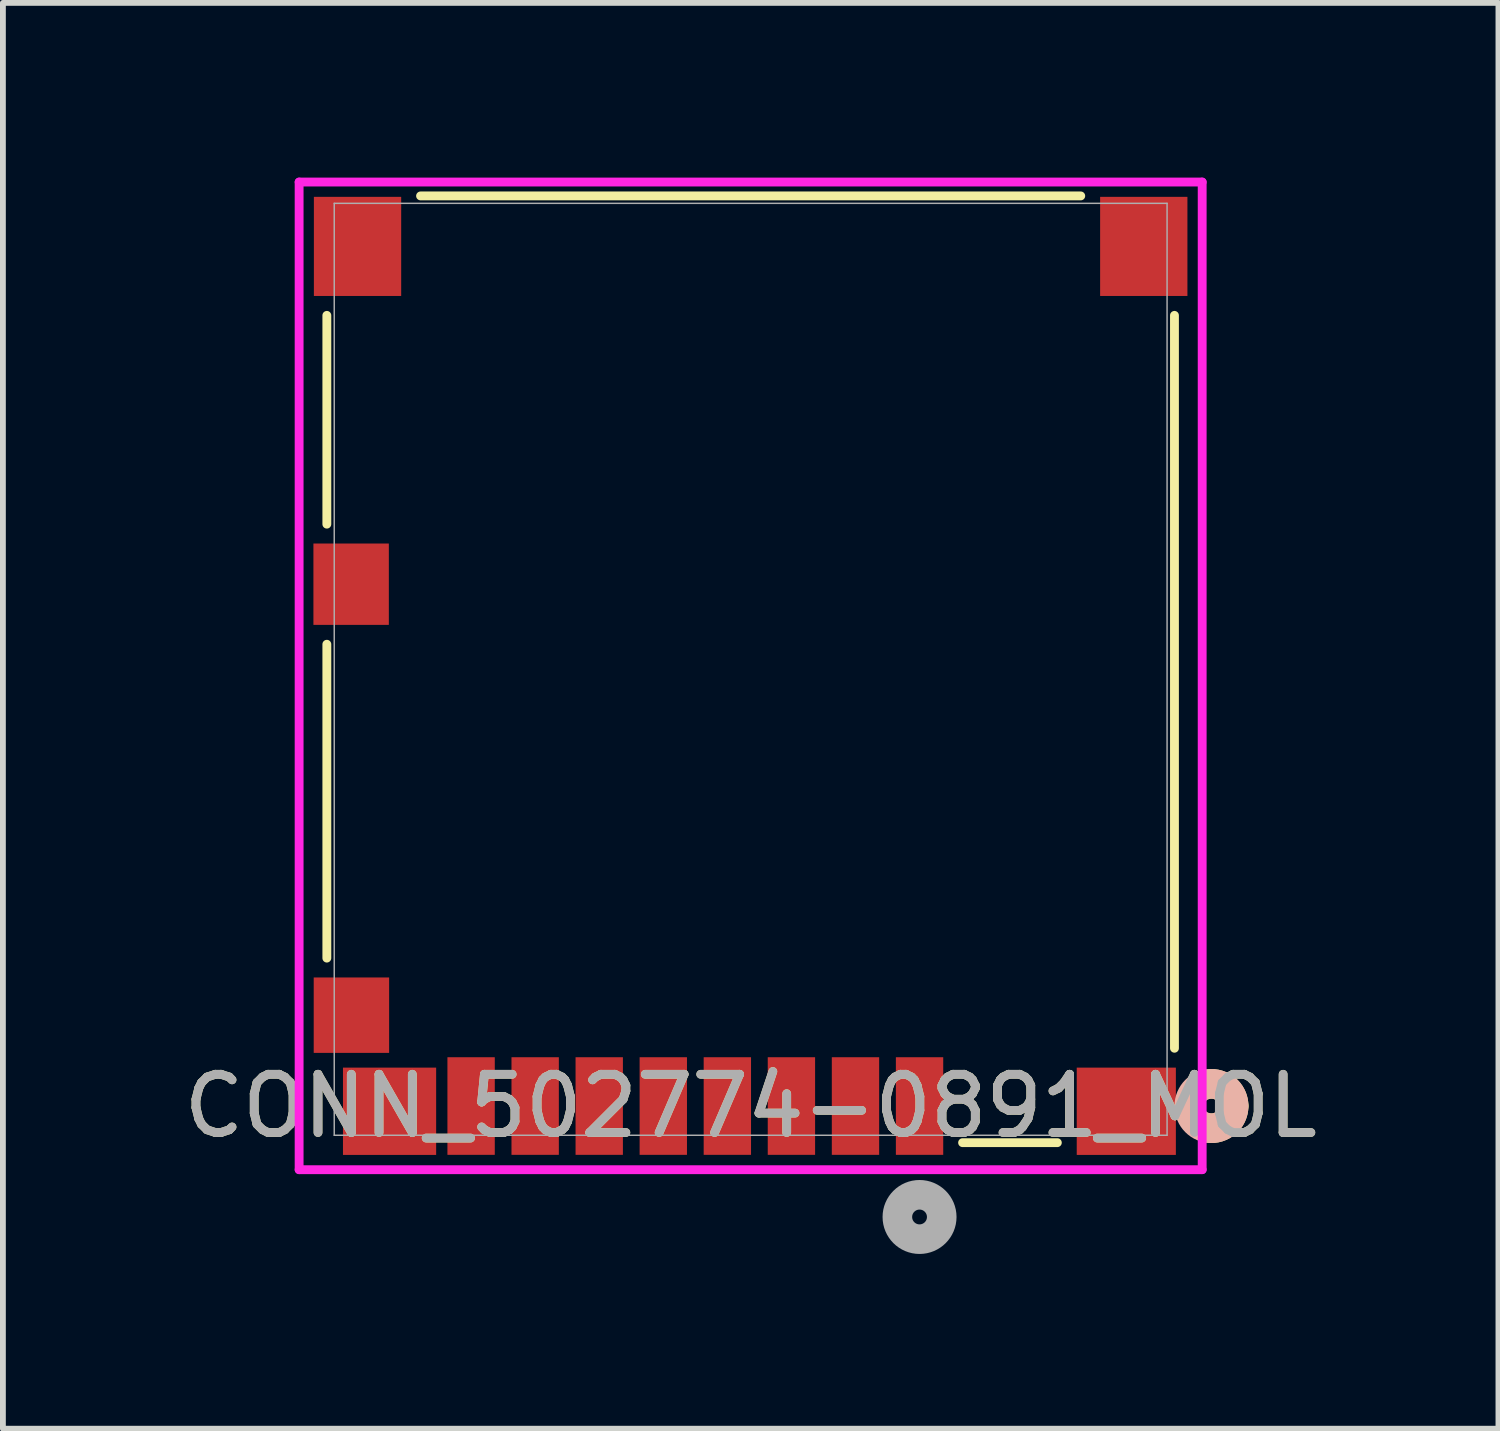
<source format=kicad_pcb>
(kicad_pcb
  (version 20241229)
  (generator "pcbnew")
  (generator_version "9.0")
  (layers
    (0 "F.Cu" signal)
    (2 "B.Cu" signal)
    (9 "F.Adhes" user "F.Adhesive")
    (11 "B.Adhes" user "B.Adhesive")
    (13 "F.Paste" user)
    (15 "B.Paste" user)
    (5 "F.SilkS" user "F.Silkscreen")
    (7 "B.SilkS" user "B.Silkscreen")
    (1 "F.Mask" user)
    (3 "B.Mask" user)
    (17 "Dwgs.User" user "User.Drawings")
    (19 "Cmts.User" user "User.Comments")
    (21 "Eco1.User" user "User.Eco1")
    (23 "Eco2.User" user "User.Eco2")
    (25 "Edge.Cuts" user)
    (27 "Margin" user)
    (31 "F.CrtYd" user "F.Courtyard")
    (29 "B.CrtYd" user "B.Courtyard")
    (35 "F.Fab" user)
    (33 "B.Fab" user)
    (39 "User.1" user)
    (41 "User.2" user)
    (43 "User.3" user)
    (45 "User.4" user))
  (footprint "CONN_502774-0891_MOL"
    (layer "F.Cu")
    (at 9.839 8.442)
    (property "Reference" "CONN_502774-0891_MOL" (at 0 7.499 0) (unlocked yes) (layer "F.SilkS") (effects (font (size 1 1) (thickness 0.15))))
    (attr smd)
    (fp_line (start -7.277 -6.077) (end -7.277 -2.492) (stroke (width 0.152) (type solid)) (layer "F.SilkS"))
    (fp_line (start -7.277 -0.43) (end -7.277 4.959) (stroke (width 0.152) (type solid)) (layer "F.SilkS"))
    (fp_line (start 3.639 8.128) (end 5.266 8.128) (stroke (width 0.152) (type solid)) (layer "F.SilkS"))
    (fp_line (start 5.668 -8.128) (end -5.668 -8.128) (stroke (width 0.152) (type solid)) (layer "F.SilkS"))
    (fp_line (start 7.277 6.507) (end 7.277 -6.077) (stroke (width 0.152) (type solid)) (layer "F.SilkS"))
    (fp_arc (start 7.81144 7.131537) (mid 8.143195 7.196087) (end 8.2931 7.499) (stroke (width 0.508) (type solid)) (layer "F.SilkS"))
    (fp_arc (start 8.2931 7.499) (mid 8.143195 7.801913) (end 7.81144 7.866462) (stroke (width 0.508) (type solid)) (layer "F.SilkS"))
    (fp_circle (center 7.912 7.499) (end 8.293 7.499) (stroke (width 0.508) (type solid)) (fill no) (layer "B.SilkS"))
    (fp_line (start -7.753 -8.366) (end -7.753 8.592) (stroke (width 0.152) (type solid)) (layer "F.CrtYd"))
    (fp_line (start -7.753 8.592) (end 7.753 8.592) (stroke (width 0.152) (type solid)) (layer "F.CrtYd"))
    (fp_line (start 7.753 -8.366) (end -7.753 -8.366) (stroke (width 0.152) (type solid)) (layer "F.CrtYd"))
    (fp_line (start 7.753 8.592) (end 7.753 -8.366) (stroke (width 0.152) (type solid)) (layer "F.CrtYd"))
    (fp_line (start -7.15 -8.001) (end -7.15 8.001) (stroke (width 0.025) (type solid)) (layer "F.Fab"))
    (fp_line (start -7.15 8.001) (end 7.15 8.001) (stroke (width 0.025) (type solid)) (layer "F.Fab"))
    (fp_line (start 7.15 -8.001) (end -7.15 -8.001) (stroke (width 0.025) (type solid)) (layer "F.Fab"))
    (fp_line (start 7.15 8.001) (end 7.15 -8.001) (stroke (width 0.025) (type solid)) (layer "F.Fab"))
    (fp_circle (center 2.9 9.404) (end 3.281 9.404) (stroke (width 0.508) (type solid)) (fill no) (layer "F.Fab"))
    (fp_text user "${REFERENCE}" (at 0 7.499 0) (unlocked yes) (layer "F.Fab") (effects (font (size 1 1) (thickness 0.15))))
    (pad "1" smd rect (at 2.9 7.499) (size 0.813 1.676) (layers "F.Cu" "F.Mask" "F.Paste"))
    (pad "2" smd rect (at 1.8 7.499) (size 0.813 1.676) (layers "F.Cu" "F.Mask" "F.Paste"))
    (pad "3" smd rect (at 0.7 7.499) (size 0.813 1.676) (layers "F.Cu" "F.Mask" "F.Paste"))
    (pad "4" smd rect (at -0.4 7.499) (size 0.813 1.676) (layers "F.Cu" "F.Mask" "F.Paste"))
    (pad "5" smd rect (at -1.5 7.499) (size 0.813 1.676) (layers "F.Cu" "F.Mask" "F.Paste"))
    (pad "6" smd rect (at -2.6 7.499) (size 0.813 1.676) (layers "F.Cu" "F.Mask" "F.Paste"))
    (pad "7" smd rect (at -3.7 7.499) (size 0.813 1.676) (layers "F.Cu" "F.Mask" "F.Paste"))
    (pad "8" smd rect (at -4.8 7.499) (size 0.813 1.676) (layers "F.Cu" "F.Mask" "F.Paste"))
    (pad "9" smd rect (at -6.855 5.939) (size 1.295 1.295) (layers "F.Cu" "F.Mask" "F.Paste"))
    (pad "10" smd rect (at -6.86 -1.461) (size 1.295 1.397) (layers "F.Cu" "F.Mask" "F.Paste"))
    (pad "11" smd rect (at -6.75 -7.261) (size 1.499 1.702) (layers "F.Cu" "F.Mask" "F.Paste"))
    (pad "12" smd rect (at 6.75 -7.261) (size 1.499 1.702) (layers "F.Cu" "F.Mask" "F.Paste"))
    (pad "13" smd rect (at -6.2 7.589) (size 1.6 1.499) (layers "F.Cu" "F.Mask" "F.Paste"))
    (pad "14" smd rect (at 6.45 7.589) (size 1.702 1.499) (layers "F.Cu" "F.Mask" "F.Paste")))
  (gr_rect
    (start -3 -3)
    (end 22.679 21.481)
    (stroke (width 0.1) (type default))
    (fill no)
    (layer "Edge.Cuts")))
</source>
